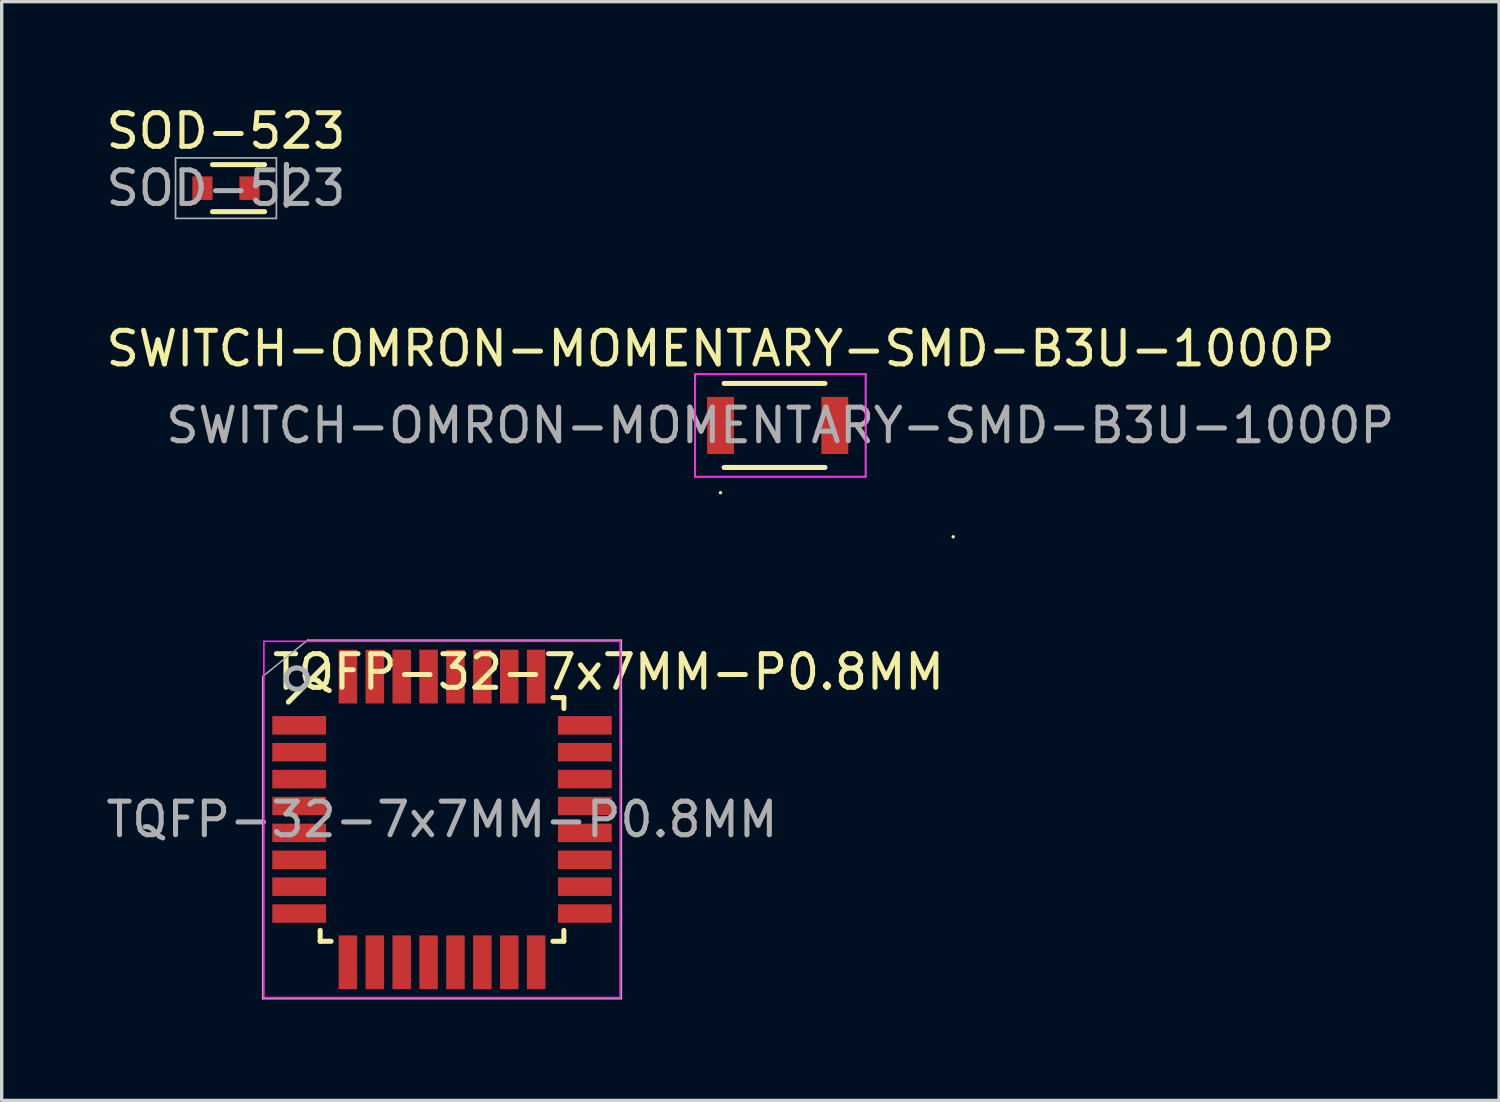
<source format=kicad_pcb>
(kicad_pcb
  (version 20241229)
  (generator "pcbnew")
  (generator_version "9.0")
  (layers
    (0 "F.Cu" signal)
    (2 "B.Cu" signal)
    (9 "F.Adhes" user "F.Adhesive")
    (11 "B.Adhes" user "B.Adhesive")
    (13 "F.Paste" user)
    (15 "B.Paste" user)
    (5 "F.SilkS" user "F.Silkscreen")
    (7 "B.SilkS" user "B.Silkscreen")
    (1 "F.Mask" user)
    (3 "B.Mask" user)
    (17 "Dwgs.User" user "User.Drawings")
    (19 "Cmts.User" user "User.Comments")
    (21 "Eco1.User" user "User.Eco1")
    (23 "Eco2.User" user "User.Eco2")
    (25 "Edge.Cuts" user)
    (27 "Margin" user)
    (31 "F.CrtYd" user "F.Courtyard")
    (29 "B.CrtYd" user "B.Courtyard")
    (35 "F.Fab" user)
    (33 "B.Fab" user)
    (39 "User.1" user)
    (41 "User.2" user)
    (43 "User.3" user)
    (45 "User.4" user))
  (footprint "SOD-523"
    (layer "F.Cu")
    (at 3.673 2.548)
    (property "Reference" "SOD-523" (at 0 0 0) (layer "F.Fab") (effects (font (size 1 1) (thickness 0.15))))
    (attr smd)
    (fp_line (start -0.4 -0.7) (end 1.15 -0.7) (stroke (width 0.15) (type solid)) (layer "F.SilkS"))
    (fp_line (start -0.4 0.7) (end 1.15 0.7) (stroke (width 0.15) (type solid)) (layer "F.SilkS"))
    (fp_line (start 1.8 -0.7) (end 1.8 0.5) (stroke (width 0.152) (type solid)) (layer "F.SilkS"))
    (fp_line (start -1.5 -0.9) (end -1.5 0.9) (stroke (width 0.051) (type solid)) (layer "F.Fab"))
    (fp_line (start -1.5 0.9) (end 1.5 0.9) (stroke (width 0.051) (type solid)) (layer "F.Fab"))
    (fp_line (start 1.5 -0.9) (end -1.5 -0.9) (stroke (width 0.051) (type solid)) (layer "F.Fab"))
    (fp_line (start 1.5 0.9) (end 1.5 -0.9) (stroke (width 0.051) (type solid)) (layer "F.Fab"))
    (fp_line (start 1.8 -0.7) (end 1.8 0.5) (stroke (width 0.152) (type solid)) (layer "F.Fab"))
    (fp_text user "${REFERENCE}" (at 0 -1.7 0) (layer "F.SilkS") (effects (font (size 1 1) (thickness 0.15))))
    (pad "1" smd rect (at 0.7 0) (size 0.6 0.7) (layers "F.Cu" "F.Mask" "F.Paste"))
    (pad "2" smd rect (at -0.7 0) (size 0.6 0.7) (layers "F.Cu" "F.Mask" "F.Paste")))
  (footprint "TQFP-32-7x7MM-P0.8MM"
    (layer "F.Cu")
    (at 10.101 21.33)
    (property "Reference" "TQFP-32-7x7MM-P0.8MM" (at 0 0 0) (layer "F.Fab") (effects (font (size 1 1) (thickness 0.15))))
    (attr smd)
    (fp_line (start -3.625 3.625) (end -3.625 3.3) (stroke (width 0.15) (type solid)) (layer "F.SilkS"))
    (fp_line (start -3.625 3.625) (end -3.3 3.625) (stroke (width 0.15) (type solid)) (layer "F.SilkS"))
    (fp_line (start -3.429 -4.636) (end -4.572 -3.493) (stroke (width 0.152) (type solid)) (layer "F.SilkS"))
    (fp_line (start 3.625 -3.625) (end 3.3 -3.625) (stroke (width 0.15) (type solid)) (layer "F.SilkS"))
    (fp_line (start 3.625 -3.625) (end 3.625 -3.3) (stroke (width 0.15) (type solid)) (layer "F.SilkS"))
    (fp_line (start 3.625 3.625) (end 3.3 3.625) (stroke (width 0.15) (type solid)) (layer "F.SilkS"))
    (fp_line (start 3.625 3.625) (end 3.625 3.3) (stroke (width 0.15) (type solid)) (layer "F.SilkS"))
    (fp_line (start -5.3 -5.3) (end -5.3 5.3) (stroke (width 0.05) (type solid)) (layer "F.CrtYd"))
    (fp_line (start -5.3 -5.3) (end 5.3 -5.3) (stroke (width 0.05) (type solid)) (layer "F.CrtYd"))
    (fp_line (start -5.3 5.3) (end 5.3 5.3) (stroke (width 0.05) (type solid)) (layer "F.CrtYd"))
    (fp_line (start 5.3 -5.3) (end 5.3 5.3) (stroke (width 0.05) (type solid)) (layer "F.CrtYd"))
    (fp_line (start -5.334 -4.255) (end -5.334 5.334) (stroke (width 0.05) (type solid)) (layer "F.Fab"))
    (fp_line (start -5.334 -4.255) (end -4 -5.334) (stroke (width 0.046) (type solid)) (layer "F.Fab"))
    (fp_line (start -5.334 5.334) (end 5.334 5.334) (stroke (width 0.05) (type solid)) (layer "F.Fab"))
    (fp_line (start 5.334 -5.334) (end -4 -5.334) (stroke (width 0.05) (type solid)) (layer "F.Fab"))
    (fp_line (start 5.334 5.334) (end 5.334 -5.334) (stroke (width 0.05) (type solid)) (layer "F.Fab"))
    (fp_circle (center -4.318 -4.191) (end -4.064 -4) (stroke (width 0.152) (type solid)) (fill no) (layer "F.Fab"))
    (fp_text user "${REFERENCE}" (at 4.953 -4.386 180) (layer "F.SilkS") (effects (font (size 1 1) (thickness 0.15))))
    (pad "1" smd rect (at -4.25 -2.8) (size 1.6 0.55) (layers "F.Cu" "F.Mask" "F.Paste"))
    (pad "2" smd rect (at -4.25 -2) (size 1.6 0.55) (layers "F.Cu" "F.Mask" "F.Paste"))
    (pad "3" smd rect (at -4.25 -1.2) (size 1.6 0.55) (layers "F.Cu" "F.Mask" "F.Paste"))
    (pad "4" smd rect (at -4.25 -0.4) (size 1.6 0.55) (layers "F.Cu" "F.Mask" "F.Paste"))
    (pad "5" smd rect (at -4.25 0.4) (size 1.6 0.55) (layers "F.Cu" "F.Mask" "F.Paste"))
    (pad "6" smd rect (at -4.25 1.2) (size 1.6 0.55) (layers "F.Cu" "F.Mask" "F.Paste"))
    (pad "7" smd rect (at -4.25 2) (size 1.6 0.55) (layers "F.Cu" "F.Mask" "F.Paste"))
    (pad "8" smd rect (at -4.25 2.8) (size 1.6 0.55) (layers "F.Cu" "F.Mask" "F.Paste"))
    (pad "9" smd rect (at -2.8 4.25 90) (size 1.6 0.55) (layers "F.Cu" "F.Mask" "F.Paste"))
    (pad "10" smd rect (at -2 4.25 90) (size 1.6 0.55) (layers "F.Cu" "F.Mask" "F.Paste"))
    (pad "11" smd rect (at -1.2 4.25 90) (size 1.6 0.55) (layers "F.Cu" "F.Mask" "F.Paste"))
    (pad "12" smd rect (at -0.4 4.25 90) (size 1.6 0.55) (layers "F.Cu" "F.Mask" "F.Paste"))
    (pad "13" smd rect (at 0.4 4.25 90) (size 1.6 0.55) (layers "F.Cu" "F.Mask" "F.Paste"))
    (pad "14" smd rect (at 1.2 4.25 90) (size 1.6 0.55) (layers "F.Cu" "F.Mask" "F.Paste"))
    (pad "15" smd rect (at 2 4.25 90) (size 1.6 0.55) (layers "F.Cu" "F.Mask" "F.Paste"))
    (pad "16" smd rect (at 2.8 4.25 90) (size 1.6 0.55) (layers "F.Cu" "F.Mask" "F.Paste"))
    (pad "17" smd rect (at 4.25 2.8) (size 1.6 0.55) (layers "F.Cu" "F.Mask" "F.Paste"))
    (pad "18" smd rect (at 4.25 2) (size 1.6 0.55) (layers "F.Cu" "F.Mask" "F.Paste"))
    (pad "19" smd rect (at 4.25 1.2) (size 1.6 0.55) (layers "F.Cu" "F.Mask" "F.Paste"))
    (pad "20" smd rect (at 4.25 0.4) (size 1.6 0.55) (layers "F.Cu" "F.Mask" "F.Paste"))
    (pad "21" smd rect (at 4.25 -0.4) (size 1.6 0.55) (layers "F.Cu" "F.Mask" "F.Paste"))
    (pad "22" smd rect (at 4.25 -1.2) (size 1.6 0.55) (layers "F.Cu" "F.Mask" "F.Paste"))
    (pad "23" smd rect (at 4.25 -2) (size 1.6 0.55) (layers "F.Cu" "F.Mask" "F.Paste"))
    (pad "24" smd rect (at 4.25 -2.8) (size 1.6 0.55) (layers "F.Cu" "F.Mask" "F.Paste"))
    (pad "25" smd rect (at 2.8 -4.25 90) (size 1.6 0.55) (layers "F.Cu" "F.Mask" "F.Paste"))
    (pad "26" smd rect (at 2 -4.25 90) (size 1.6 0.55) (layers "F.Cu" "F.Mask" "F.Paste"))
    (pad "27" smd rect (at 1.2 -4.25 90) (size 1.6 0.55) (layers "F.Cu" "F.Mask" "F.Paste"))
    (pad "28" smd rect (at 0.4 -4.25 90) (size 1.6 0.55) (layers "F.Cu" "F.Mask" "F.Paste"))
    (pad "29" smd rect (at -0.4 -4.25 90) (size 1.6 0.55) (layers "F.Cu" "F.Mask" "F.Paste"))
    (pad "30" smd rect (at -1.2 -4.25 90) (size 1.6 0.55) (layers "F.Cu" "F.Mask" "F.Paste"))
    (pad "31" smd rect (at -2 -4.25 90) (size 1.6 0.55) (layers "F.Cu" "F.Mask" "F.Paste"))
    (pad "32" smd rect (at -2.8 -4.25 90) (size 1.6 0.55) (layers "F.Cu" "F.Mask" "F.Paste")))
  (footprint "SWITCH-OMRON-MOMENTARY-SMD-B3U-1000P"
    (layer "F.Cu")
    (at 18.387 9.608)
    (property "Reference" "SWITCH-OMRON-MOMENTARY-SMD-B3U-1000P" (at 1.778 0 0) (layer "F.Fab") (effects (font (size 1 1) (thickness 0.15))))
    (attr through_hole)
    (fp_line (start 0 2) (end 0 2) (stroke (width 0.1) (type solid)) (layer "F.SilkS"))
    (fp_line (start 0.107 -1.25) (end 3.107 -1.25) (stroke (width 0.15) (type solid)) (layer "F.SilkS"))
    (fp_line (start 0.107 1.25) (end 3.107 1.25) (stroke (width 0.15) (type solid)) (layer "F.SilkS"))
    (fp_line (start 6.922 3.313) (end 6.922 3.313) (stroke (width 0.1) (type solid)) (layer "F.SilkS"))
    (fp_line (start -0.762 -1.524) (end -0.762 1.524) (stroke (width 0.05) (type solid)) (layer "F.CrtYd"))
    (fp_line (start -0.762 1.524) (end 4.318 1.524) (stroke (width 0.05) (type solid)) (layer "F.CrtYd"))
    (fp_line (start 4.318 -1.524) (end -0.762 -1.524) (stroke (width 0.05) (type solid)) (layer "F.CrtYd"))
    (fp_line (start 4.318 1.524) (end 4.318 -1.524) (stroke (width 0.05) (type solid)) (layer "F.CrtYd"))
    (fp_line (start -0.762 -1.524) (end 4.318 -1.524) (stroke (width 0.05) (type solid)) (layer "F.Fab"))
    (fp_line (start -0.762 1.524) (end -0.762 -1.524) (stroke (width 0.05) (type solid)) (layer "F.Fab"))
    (fp_line (start 4.318 -1.524) (end 4.318 1.524) (stroke (width 0.05) (type solid)) (layer "F.Fab"))
    (fp_line (start 4.318 1.524) (end -0.762 1.524) (stroke (width 0.05) (type solid)) (layer "F.Fab"))
    (fp_text user "${REFERENCE}" (at 0 -2.286 0) (layer "F.SilkS") (effects (font (size 1 1) (thickness 0.15))))
    (pad "1" smd rect (at 0 0) (size 0.8 1.7) (layers "F.Cu" "F.Mask" "F.Paste"))
    (pad "2" smd rect (at 3.4 0) (size 0.8 1.7) (layers "F.Cu" "F.Mask" "F.Paste")))
  (gr_rect
    (start -3 -3)
    (end 41.552 29.689)
    (stroke (width 0.1) (type default))
    (fill no)
    (layer "Edge.Cuts")))
</source>
